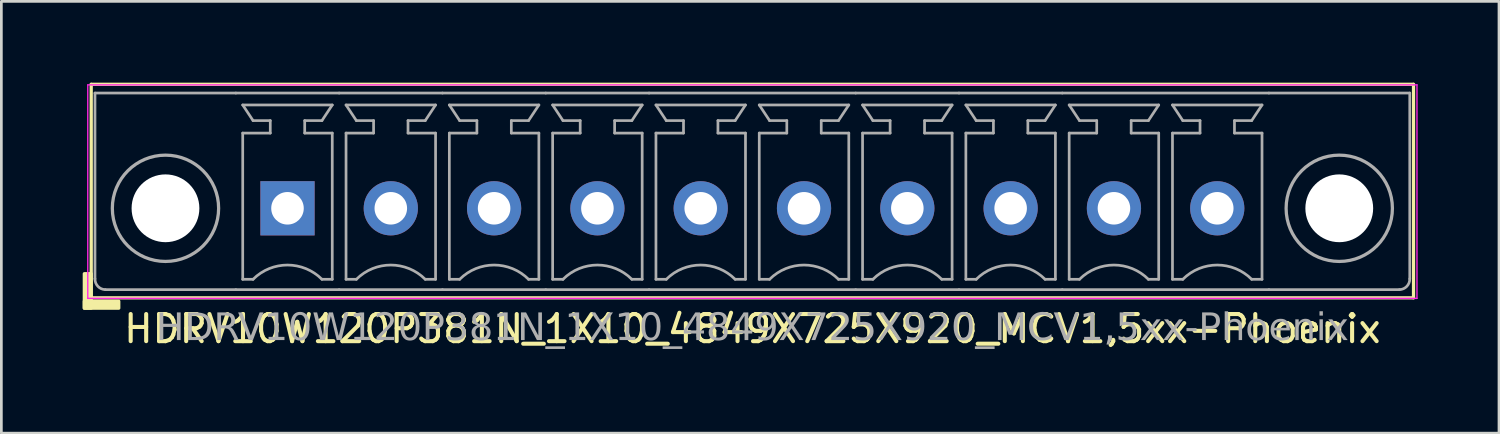
<source format=kicad_pcb>
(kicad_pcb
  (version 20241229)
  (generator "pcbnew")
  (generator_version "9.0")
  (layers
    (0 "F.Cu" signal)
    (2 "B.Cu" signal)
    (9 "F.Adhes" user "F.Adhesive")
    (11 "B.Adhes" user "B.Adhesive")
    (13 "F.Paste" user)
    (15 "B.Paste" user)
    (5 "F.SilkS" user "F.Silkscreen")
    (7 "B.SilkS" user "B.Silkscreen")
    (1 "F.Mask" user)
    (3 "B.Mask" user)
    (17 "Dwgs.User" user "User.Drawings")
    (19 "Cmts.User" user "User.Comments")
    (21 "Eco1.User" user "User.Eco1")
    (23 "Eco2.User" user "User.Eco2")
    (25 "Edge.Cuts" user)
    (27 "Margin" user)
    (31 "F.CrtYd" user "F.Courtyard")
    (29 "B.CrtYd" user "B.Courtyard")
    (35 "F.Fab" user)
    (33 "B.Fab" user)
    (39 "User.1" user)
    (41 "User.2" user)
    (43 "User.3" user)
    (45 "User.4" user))
  (footprint "HDRV10W120P381N_1X10_4849X725X920_MCV1,5xx-Phoenix"
    (layer "F.Cu")
    (at 24.698 4.632)
    (property "Reference" "HDRV10W120P381N_1X10_4849X725X920_MCV1,5xx-Phoenix" (at 0 4.445 0) (layer "F.SilkS") (effects (font (size 1 1) (thickness 0.15))))
    (attr through_hole)
    (fp_line (start -24.384 -4.572) (end -24.384 3.302) (stroke (width 0.12) (type solid)) (layer "F.SilkS"))
    (fp_line (start -24.384 3.302) (end 24.384 3.302) (stroke (width 0.12) (type solid)) (layer "F.SilkS"))
    (fp_line (start 24.384 -4.572) (end -24.384 -4.572) (stroke (width 0.12) (type solid)) (layer "F.SilkS"))
    (fp_line (start 24.384 -4.572) (end 24.384 3.302) (stroke (width 0.12) (type solid)) (layer "F.SilkS"))
    (fp_rect (start -24.384 2.413) (end -24.638 3.683) (stroke (width 0.12) (type solid)) (fill yes) (layer "F.SilkS"))
    (fp_rect (start -23.368 3.683) (end -24.638 3.429) (stroke (width 0.12) (type solid)) (fill yes) (layer "F.SilkS"))
    (fp_line (start -24.511 3.322) (end -24.511 -4.552) (stroke (width 0.05) (type solid)) (layer "F.CrtYd"))
    (fp_line (start 24.511 -4.552) (end -24.511 -4.552) (stroke (width 0.05) (type solid)) (layer "F.CrtYd"))
    (fp_line (start 24.511 3.322) (end -24.511 3.322) (stroke (width 0.05) (type solid)) (layer "F.CrtYd"))
    (fp_line (start 24.511 3.322) (end 24.511 -4.552) (stroke (width 0.05) (type solid)) (layer "F.CrtYd"))
    (fp_line (start -24.245 -4.25) (end -24.245 2.6) (stroke (width 0.1) (type solid)) (layer "F.Fab"))
    (fp_line (start -24.245 -4.25) (end -19.05 -4.25) (stroke (width 0.1) (type solid)) (layer "F.Fab"))
    (fp_line (start -19.05 3) (end -23.864 3) (stroke (width 0.1) (type solid)) (layer "F.Fab"))
    (fp_line (start -18.796 -3.81) (end -15.494 -3.81) (stroke (width 0.1) (type default)) (layer "F.Fab"))
    (fp_line (start -18.796 -2.774) (end -17.78 -2.774) (stroke (width 0.1) (type default)) (layer "F.Fab"))
    (fp_line (start -18.796 2.619) (end -18.796 -2.774) (stroke (width 0.1) (type default)) (layer "F.Fab"))
    (fp_line (start -18.415 -3.234) (end -18.796 -3.81) (stroke (width 0.1) (type default)) (layer "F.Fab"))
    (fp_line (start -18.415 2.619) (end -18.796 2.619) (stroke (width 0.1) (type default)) (layer "F.Fab"))
    (fp_line (start -17.78 -3.234) (end -18.415 -3.234) (stroke (width 0.1) (type default)) (layer "F.Fab"))
    (fp_line (start -17.78 -2.774) (end -17.78 -3.234) (stroke (width 0.1) (type default)) (layer "F.Fab"))
    (fp_line (start -16.51 -3.234) (end -15.875 -3.234) (stroke (width 0.1) (type default)) (layer "F.Fab"))
    (fp_line (start -16.51 -2.774) (end -16.51 -3.234) (stroke (width 0.1) (type default)) (layer "F.Fab"))
    (fp_line (start -15.875 -3.234) (end -15.494 -3.81) (stroke (width 0.1) (type default)) (layer "F.Fab"))
    (fp_line (start -15.875 2.619) (end -15.494 2.619) (stroke (width 0.1) (type default)) (layer "F.Fab"))
    (fp_line (start -15.494 -2.774) (end -16.51 -2.774) (stroke (width 0.1) (type default)) (layer "F.Fab"))
    (fp_line (start -15.494 2.619) (end -15.494 -2.774) (stroke (width 0.1) (type default)) (layer "F.Fab"))
    (fp_line (start -15.24 -4.25) (end -19.05 -4.25) (stroke (width 0.1) (type solid)) (layer "F.Fab"))
    (fp_line (start -15.24 -4.25) (end -11.43 -4.25) (stroke (width 0.1) (type solid)) (layer "F.Fab"))
    (fp_line (start -15.24 3) (end -19.05 3) (stroke (width 0.1) (type solid)) (layer "F.Fab"))
    (fp_line (start -15.24 3) (end -11.43 3) (stroke (width 0.1) (type solid)) (layer "F.Fab"))
    (fp_line (start -14.986 -2.774) (end -13.97 -2.774) (stroke (width 0.1) (type default)) (layer "F.Fab"))
    (fp_line (start -14.986 2.619) (end -14.986 -2.774) (stroke (width 0.1) (type default)) (layer "F.Fab"))
    (fp_line (start -14.605 -3.234) (end -14.986 -3.81) (stroke (width 0.1) (type default)) (layer "F.Fab"))
    (fp_line (start -14.605 2.619) (end -14.986 2.619) (stroke (width 0.1) (type default)) (layer "F.Fab"))
    (fp_line (start -13.97 -3.234) (end -14.605 -3.234) (stroke (width 0.1) (type default)) (layer "F.Fab"))
    (fp_line (start -13.97 -2.774) (end -13.97 -3.234) (stroke (width 0.1) (type default)) (layer "F.Fab"))
    (fp_line (start -12.7 -3.234) (end -12.065 -3.234) (stroke (width 0.1) (type default)) (layer "F.Fab"))
    (fp_line (start -12.7 -2.774) (end -12.7 -3.234) (stroke (width 0.1) (type default)) (layer "F.Fab"))
    (fp_line (start -12.065 -3.234) (end -11.684 -3.81) (stroke (width 0.1) (type default)) (layer "F.Fab"))
    (fp_line (start -12.065 2.619) (end -11.684 2.619) (stroke (width 0.1) (type default)) (layer "F.Fab"))
    (fp_line (start -11.684 -3.81) (end -14.986 -3.81) (stroke (width 0.1) (type default)) (layer "F.Fab"))
    (fp_line (start -11.684 -2.774) (end -12.7 -2.774) (stroke (width 0.1) (type default)) (layer "F.Fab"))
    (fp_line (start -11.684 2.619) (end -11.684 -2.774) (stroke (width 0.1) (type default)) (layer "F.Fab"))
    (fp_line (start -11.43 -4.25) (end -7.62 -4.25) (stroke (width 0.1) (type solid)) (layer "F.Fab"))
    (fp_line (start -11.43 3) (end -7.62 3) (stroke (width 0.1) (type solid)) (layer "F.Fab"))
    (fp_line (start -11.176 -2.774) (end -10.16 -2.774) (stroke (width 0.1) (type default)) (layer "F.Fab"))
    (fp_line (start -11.176 2.619) (end -11.176 -2.774) (stroke (width 0.1) (type default)) (layer "F.Fab"))
    (fp_line (start -10.795 -3.234) (end -11.176 -3.81) (stroke (width 0.1) (type default)) (layer "F.Fab"))
    (fp_line (start -10.795 2.619) (end -11.176 2.619) (stroke (width 0.1) (type default)) (layer "F.Fab"))
    (fp_line (start -10.16 -3.234) (end -10.795 -3.234) (stroke (width 0.1) (type default)) (layer "F.Fab"))
    (fp_line (start -10.16 -2.774) (end -10.16 -3.234) (stroke (width 0.1) (type default)) (layer "F.Fab"))
    (fp_line (start -8.89 -3.234) (end -8.255 -3.234) (stroke (width 0.1) (type default)) (layer "F.Fab"))
    (fp_line (start -8.89 -2.774) (end -8.89 -3.234) (stroke (width 0.1) (type default)) (layer "F.Fab"))
    (fp_line (start -8.255 -3.234) (end -7.874 -3.81) (stroke (width 0.1) (type default)) (layer "F.Fab"))
    (fp_line (start -8.255 2.619) (end -7.874 2.619) (stroke (width 0.1) (type default)) (layer "F.Fab"))
    (fp_line (start -7.874 -3.81) (end -11.176 -3.81) (stroke (width 0.1) (type default)) (layer "F.Fab"))
    (fp_line (start -7.874 -2.774) (end -8.89 -2.774) (stroke (width 0.1) (type default)) (layer "F.Fab"))
    (fp_line (start -7.874 2.619) (end -7.874 -2.774) (stroke (width 0.1) (type default)) (layer "F.Fab"))
    (fp_line (start -7.62 -4.25) (end -3.81 -4.25) (stroke (width 0.1) (type solid)) (layer "F.Fab"))
    (fp_line (start -7.62 3) (end -3.81 3) (stroke (width 0.1) (type solid)) (layer "F.Fab"))
    (fp_line (start -7.366 -2.774) (end -6.35 -2.774) (stroke (width 0.1) (type default)) (layer "F.Fab"))
    (fp_line (start -7.366 2.619) (end -7.366 -2.774) (stroke (width 0.1) (type default)) (layer "F.Fab"))
    (fp_line (start -6.985 -3.234) (end -7.366 -3.81) (stroke (width 0.1) (type default)) (layer "F.Fab"))
    (fp_line (start -6.985 2.619) (end -7.366 2.619) (stroke (width 0.1) (type default)) (layer "F.Fab"))
    (fp_line (start -6.35 -3.234) (end -6.985 -3.234) (stroke (width 0.1) (type default)) (layer "F.Fab"))
    (fp_line (start -6.35 -2.774) (end -6.35 -3.234) (stroke (width 0.1) (type default)) (layer "F.Fab"))
    (fp_line (start -5.08 -3.234) (end -4.445 -3.234) (stroke (width 0.1) (type default)) (layer "F.Fab"))
    (fp_line (start -5.08 -2.774) (end -5.08 -3.234) (stroke (width 0.1) (type default)) (layer "F.Fab"))
    (fp_line (start -4.445 -3.234) (end -4.064 -3.81) (stroke (width 0.1) (type default)) (layer "F.Fab"))
    (fp_line (start -4.445 2.619) (end -4.064 2.619) (stroke (width 0.1) (type default)) (layer "F.Fab"))
    (fp_line (start -4.064 -3.81) (end -7.366 -3.81) (stroke (width 0.1) (type default)) (layer "F.Fab"))
    (fp_line (start -4.064 -2.774) (end -5.08 -2.774) (stroke (width 0.1) (type default)) (layer "F.Fab"))
    (fp_line (start -4.064 2.619) (end -4.064 -2.774) (stroke (width 0.1) (type default)) (layer "F.Fab"))
    (fp_line (start -3.81 -4.25) (end 3.81 -4.25) (stroke (width 0.1) (type solid)) (layer "F.Fab"))
    (fp_line (start -3.81 3) (end 3.81 3) (stroke (width 0.1) (type solid)) (layer "F.Fab"))
    (fp_line (start -3.556 -2.774) (end -2.54 -2.774) (stroke (width 0.1) (type default)) (layer "F.Fab"))
    (fp_line (start -3.556 2.619) (end -3.556 -2.774) (stroke (width 0.1) (type default)) (layer "F.Fab"))
    (fp_line (start -3.175 -3.234) (end -3.556 -3.81) (stroke (width 0.1) (type default)) (layer "F.Fab"))
    (fp_line (start -3.175 2.619) (end -3.556 2.619) (stroke (width 0.1) (type default)) (layer "F.Fab"))
    (fp_line (start -2.54 -3.234) (end -3.175 -3.234) (stroke (width 0.1) (type default)) (layer "F.Fab"))
    (fp_line (start -2.54 -2.774) (end -2.54 -3.234) (stroke (width 0.1) (type default)) (layer "F.Fab"))
    (fp_line (start -1.27 -3.234) (end -0.635 -3.234) (stroke (width 0.1) (type default)) (layer "F.Fab"))
    (fp_line (start -1.27 -2.774) (end -1.27 -3.234) (stroke (width 0.1) (type default)) (layer "F.Fab"))
    (fp_line (start -0.635 -3.234) (end -0.254 -3.81) (stroke (width 0.1) (type default)) (layer "F.Fab"))
    (fp_line (start -0.635 2.619) (end -0.254 2.619) (stroke (width 0.1) (type default)) (layer "F.Fab"))
    (fp_line (start -0.254 -3.81) (end -3.556 -3.81) (stroke (width 0.1) (type default)) (layer "F.Fab"))
    (fp_line (start -0.254 -2.774) (end -1.27 -2.774) (stroke (width 0.1) (type default)) (layer "F.Fab"))
    (fp_line (start -0.254 2.619) (end -0.254 -2.774) (stroke (width 0.1) (type default)) (layer "F.Fab"))
    (fp_line (start 0.254 -2.774) (end 1.27 -2.774) (stroke (width 0.1) (type default)) (layer "F.Fab"))
    (fp_line (start 0.254 2.619) (end 0.254 -2.774) (stroke (width 0.1) (type default)) (layer "F.Fab"))
    (fp_line (start 0.635 -3.234) (end 0.254 -3.81) (stroke (width 0.1) (type default)) (layer "F.Fab"))
    (fp_line (start 0.635 2.619) (end 0.254 2.619) (stroke (width 0.1) (type default)) (layer "F.Fab"))
    (fp_line (start 1.27 -3.234) (end 0.635 -3.234) (stroke (width 0.1) (type default)) (layer "F.Fab"))
    (fp_line (start 1.27 -2.774) (end 1.27 -3.234) (stroke (width 0.1) (type default)) (layer "F.Fab"))
    (fp_line (start 2.54 -3.234) (end 3.175 -3.234) (stroke (width 0.1) (type default)) (layer "F.Fab"))
    (fp_line (start 2.54 -2.774) (end 2.54 -3.234) (stroke (width 0.1) (type default)) (layer "F.Fab"))
    (fp_line (start 3.175 -3.234) (end 3.556 -3.81) (stroke (width 0.1) (type default)) (layer "F.Fab"))
    (fp_line (start 3.175 2.619) (end 3.556 2.619) (stroke (width 0.1) (type default)) (layer "F.Fab"))
    (fp_line (start 3.556 -3.81) (end 0.254 -3.81) (stroke (width 0.1) (type default)) (layer "F.Fab"))
    (fp_line (start 3.556 -2.774) (end 2.54 -2.774) (stroke (width 0.1) (type default)) (layer "F.Fab"))
    (fp_line (start 3.556 2.619) (end 3.556 -2.774) (stroke (width 0.1) (type default)) (layer "F.Fab"))
    (fp_line (start 3.81 -4.25) (end 7.62 -4.25) (stroke (width 0.1) (type solid)) (layer "F.Fab"))
    (fp_line (start 3.81 3) (end 7.62 3) (stroke (width 0.1) (type solid)) (layer "F.Fab"))
    (fp_line (start 4.064 -2.774) (end 5.08 -2.774) (stroke (width 0.1) (type default)) (layer "F.Fab"))
    (fp_line (start 4.064 2.619) (end 4.064 -2.774) (stroke (width 0.1) (type default)) (layer "F.Fab"))
    (fp_line (start 4.445 -3.234) (end 4.064 -3.81) (stroke (width 0.1) (type default)) (layer "F.Fab"))
    (fp_line (start 4.445 2.619) (end 4.064 2.619) (stroke (width 0.1) (type default)) (layer "F.Fab"))
    (fp_line (start 5.08 -3.234) (end 4.445 -3.234) (stroke (width 0.1) (type default)) (layer "F.Fab"))
    (fp_line (start 5.08 -2.774) (end 5.08 -3.234) (stroke (width 0.1) (type default)) (layer "F.Fab"))
    (fp_line (start 6.35 -3.234) (end 6.985 -3.234) (stroke (width 0.1) (type default)) (layer "F.Fab"))
    (fp_line (start 6.35 -2.774) (end 6.35 -3.234) (stroke (width 0.1) (type default)) (layer "F.Fab"))
    (fp_line (start 6.985 -3.234) (end 7.366 -3.81) (stroke (width 0.1) (type default)) (layer "F.Fab"))
    (fp_line (start 6.985 2.619) (end 7.366 2.619) (stroke (width 0.1) (type default)) (layer "F.Fab"))
    (fp_line (start 7.366 -3.81) (end 4.064 -3.81) (stroke (width 0.1) (type default)) (layer "F.Fab"))
    (fp_line (start 7.366 -2.774) (end 6.35 -2.774) (stroke (width 0.1) (type default)) (layer "F.Fab"))
    (fp_line (start 7.366 2.619) (end 7.366 -2.774) (stroke (width 0.1) (type default)) (layer "F.Fab"))
    (fp_line (start 7.62 -4.25) (end 11.43 -4.25) (stroke (width 0.1) (type solid)) (layer "F.Fab"))
    (fp_line (start 7.62 3) (end 11.43 3) (stroke (width 0.1) (type solid)) (layer "F.Fab"))
    (fp_line (start 7.874 -2.774) (end 8.89 -2.774) (stroke (width 0.1) (type default)) (layer "F.Fab"))
    (fp_line (start 7.874 2.619) (end 7.874 -2.774) (stroke (width 0.1) (type default)) (layer "F.Fab"))
    (fp_line (start 8.255 -3.234) (end 7.874 -3.81) (stroke (width 0.1) (type default)) (layer "F.Fab"))
    (fp_line (start 8.255 2.619) (end 7.874 2.619) (stroke (width 0.1) (type default)) (layer "F.Fab"))
    (fp_line (start 8.89 -3.234) (end 8.255 -3.234) (stroke (width 0.1) (type default)) (layer "F.Fab"))
    (fp_line (start 8.89 -2.774) (end 8.89 -3.234) (stroke (width 0.1) (type default)) (layer "F.Fab"))
    (fp_line (start 10.16 -3.234) (end 10.795 -3.234) (stroke (width 0.1) (type default)) (layer "F.Fab"))
    (fp_line (start 10.16 -2.774) (end 10.16 -3.234) (stroke (width 0.1) (type default)) (layer "F.Fab"))
    (fp_line (start 10.795 -3.234) (end 11.176 -3.81) (stroke (width 0.1) (type default)) (layer "F.Fab"))
    (fp_line (start 10.795 2.619) (end 11.176 2.619) (stroke (width 0.1) (type default)) (layer "F.Fab"))
    (fp_line (start 11.176 -3.81) (end 7.874 -3.81) (stroke (width 0.1) (type default)) (layer "F.Fab"))
    (fp_line (start 11.176 -2.774) (end 10.16 -2.774) (stroke (width 0.1) (type default)) (layer "F.Fab"))
    (fp_line (start 11.176 2.619) (end 11.176 -2.774) (stroke (width 0.1) (type default)) (layer "F.Fab"))
    (fp_line (start 11.43 -4.25) (end 19.05 -4.25) (stroke (width 0.1) (type solid)) (layer "F.Fab"))
    (fp_line (start 11.43 3) (end 19.05 3) (stroke (width 0.1) (type solid)) (layer "F.Fab"))
    (fp_line (start 11.684 -2.774) (end 12.7 -2.774) (stroke (width 0.1) (type default)) (layer "F.Fab"))
    (fp_line (start 11.684 2.619) (end 11.684 -2.774) (stroke (width 0.1) (type default)) (layer "F.Fab"))
    (fp_line (start 12.065 -3.234) (end 11.684 -3.81) (stroke (width 0.1) (type default)) (layer "F.Fab"))
    (fp_line (start 12.065 2.619) (end 11.684 2.619) (stroke (width 0.1) (type default)) (layer "F.Fab"))
    (fp_line (start 12.7 -3.234) (end 12.065 -3.234) (stroke (width 0.1) (type default)) (layer "F.Fab"))
    (fp_line (start 12.7 -2.774) (end 12.7 -3.234) (stroke (width 0.1) (type default)) (layer "F.Fab"))
    (fp_line (start 13.97 -3.234) (end 14.605 -3.234) (stroke (width 0.1) (type default)) (layer "F.Fab"))
    (fp_line (start 13.97 -2.774) (end 13.97 -3.234) (stroke (width 0.1) (type default)) (layer "F.Fab"))
    (fp_line (start 14.605 -3.234) (end 14.986 -3.81) (stroke (width 0.1) (type default)) (layer "F.Fab"))
    (fp_line (start 14.605 2.619) (end 14.986 2.619) (stroke (width 0.1) (type default)) (layer "F.Fab"))
    (fp_line (start 14.986 -3.81) (end 11.684 -3.81) (stroke (width 0.1) (type default)) (layer "F.Fab"))
    (fp_line (start 14.986 -2.774) (end 13.97 -2.774) (stroke (width 0.1) (type default)) (layer "F.Fab"))
    (fp_line (start 14.986 2.619) (end 14.986 -2.774) (stroke (width 0.1) (type default)) (layer "F.Fab"))
    (fp_line (start 15.494 -2.774) (end 16.51 -2.774) (stroke (width 0.1) (type default)) (layer "F.Fab"))
    (fp_line (start 15.494 2.619) (end 15.494 -2.774) (stroke (width 0.1) (type default)) (layer "F.Fab"))
    (fp_line (start 15.875 -3.234) (end 15.494 -3.81) (stroke (width 0.1) (type default)) (layer "F.Fab"))
    (fp_line (start 15.875 2.619) (end 15.494 2.619) (stroke (width 0.1) (type default)) (layer "F.Fab"))
    (fp_line (start 16.51 -3.234) (end 15.875 -3.234) (stroke (width 0.1) (type default)) (layer "F.Fab"))
    (fp_line (start 16.51 -2.774) (end 16.51 -3.234) (stroke (width 0.1) (type default)) (layer "F.Fab"))
    (fp_line (start 17.78 -3.234) (end 18.415 -3.234) (stroke (width 0.1) (type default)) (layer "F.Fab"))
    (fp_line (start 17.78 -2.774) (end 17.78 -3.234) (stroke (width 0.1) (type default)) (layer "F.Fab"))
    (fp_line (start 18.415 -3.234) (end 18.796 -3.81) (stroke (width 0.1) (type default)) (layer "F.Fab"))
    (fp_line (start 18.415 2.619) (end 18.796 2.619) (stroke (width 0.1) (type default)) (layer "F.Fab"))
    (fp_line (start 18.796 -3.81) (end 15.494 -3.81) (stroke (width 0.1) (type default)) (layer "F.Fab"))
    (fp_line (start 18.796 -2.774) (end 17.78 -2.774) (stroke (width 0.1) (type default)) (layer "F.Fab"))
    (fp_line (start 18.796 2.619) (end 18.796 -2.774) (stroke (width 0.1) (type default)) (layer "F.Fab"))
    (fp_line (start 19.05 3) (end 23.864 3) (stroke (width 0.1) (type solid)) (layer "F.Fab"))
    (fp_line (start 24.245 -4.25) (end 19.05 -4.25) (stroke (width 0.1) (type solid)) (layer "F.Fab"))
    (fp_line (start 24.245 -4.25) (end 24.245 2.6) (stroke (width 0.1) (type solid)) (layer "F.Fab"))
    (fp_rect (start -17.399 -0.254) (end -16.891 0.254) (stroke (width 0.1) (type solid)) (fill no) (layer "F.Fab"))
    (fp_rect (start -13.081 -0.254) (end -13.589 0.254) (stroke (width 0.1) (type solid)) (fill no) (layer "F.Fab"))
    (fp_rect (start -9.271 -0.254) (end -9.779 0.254) (stroke (width 0.1) (type solid)) (fill no) (layer "F.Fab"))
    (fp_rect (start -5.461 -0.254) (end -5.969 0.254) (stroke (width 0.1) (type solid)) (fill no) (layer "F.Fab"))
    (fp_rect (start -1.651 -0.254) (end -2.159 0.254) (stroke (width 0.1) (type solid)) (fill no) (layer "F.Fab"))
    (fp_rect (start 2.159 -0.254) (end 1.651 0.254) (stroke (width 0.1) (type solid)) (fill no) (layer "F.Fab"))
    (fp_rect (start 5.969 -0.254) (end 5.461 0.254) (stroke (width 0.1) (type solid)) (fill no) (layer "F.Fab"))
    (fp_rect (start 9.779 -0.254) (end 9.271 0.254) (stroke (width 0.1) (type solid)) (fill no) (layer "F.Fab"))
    (fp_rect (start 13.589 -0.254) (end 13.081 0.254) (stroke (width 0.1) (type solid)) (fill no) (layer "F.Fab"))
    (fp_rect (start 17.399 -0.254) (end 16.891 0.254) (stroke (width 0.1) (type solid)) (fill no) (layer "F.Fab"))
    (fp_arc (start -23.864 3) (mid -24.137342 2.878907) (end -24.245 2.6) (stroke (width 0.1) (type solid)) (layer "F.Fab"))
    (fp_arc (start -18.415 2.619) (mid -17.145 2.092948) (end -15.875 2.619) (stroke (width 0.1) (type default)) (layer "F.Fab"))
    (fp_arc (start -14.605 2.619) (mid -13.335 2.092948) (end -12.065 2.619) (stroke (width 0.1) (type default)) (layer "F.Fab"))
    (fp_arc (start -10.795 2.619) (mid -9.525 2.092948) (end -8.255 2.619) (stroke (width 0.1) (type default)) (layer "F.Fab"))
    (fp_arc (start -6.985 2.619) (mid -5.715 2.092948) (end -4.445 2.619) (stroke (width 0.1) (type default)) (layer "F.Fab"))
    (fp_arc (start -3.175 2.619) (mid -1.905 2.092948) (end -0.635 2.619) (stroke (width 0.1) (type default)) (layer "F.Fab"))
    (fp_arc (start 0.635 2.619) (mid 1.905 2.092948) (end 3.175 2.619) (stroke (width 0.1) (type default)) (layer "F.Fab"))
    (fp_arc (start 4.445 2.619) (mid 5.715 2.092948) (end 6.985 2.619) (stroke (width 0.1) (type default)) (layer "F.Fab"))
    (fp_arc (start 8.255 2.619) (mid 9.525 2.092948) (end 10.795 2.619) (stroke (width 0.1) (type default)) (layer "F.Fab"))
    (fp_arc (start 12.065 2.619) (mid 13.335 2.092948) (end 14.605 2.619) (stroke (width 0.1) (type default)) (layer "F.Fab"))
    (fp_arc (start 15.875 2.619) (mid 17.145 2.092948) (end 18.415 2.619) (stroke (width 0.1) (type default)) (layer "F.Fab"))
    (fp_arc (start 24.245 2.6) (mid 24.137343 2.878908) (end 23.864 3) (stroke (width 0.1) (type solid)) (layer "F.Fab"))
    (fp_circle (center -21.645 0) (end -19.685 0) (stroke (width 0.12) (type default)) (fill no) (layer "F.Fab"))
    (fp_circle (center 21.645 0) (end 19.685 0) (stroke (width 0.12) (type default)) (fill no) (layer "F.Fab"))
    (fp_text user "${REFERENCE}" (at 0 4.445 0) (layer "F.Fab") (effects (font (face "Tahoma") (size 1 1) (thickness 0.15))))
    (pad "" np_thru_hole circle (at -21.645 0) (size 2.5 2.5) (drill 2.5) (layers "*.Cu" "*.Mask"))
    (pad "" np_thru_hole circle (at 21.645 0) (size 2.5 2.5) (drill 2.5) (layers "*.Cu" "*.Mask"))
    (pad "1" thru_hole rect (at -17.145 0) (size 2 2) (drill 1.2) (layers "*.Cu" "*.Mask"))
    (pad "2" thru_hole circle (at -13.335 0) (size 2 2) (drill 1.2) (layers "*.Cu" "*.Mask"))
    (pad "3" thru_hole circle (at -9.525 0) (size 2 2) (drill 1.2) (layers "*.Cu" "*.Mask"))
    (pad "4" thru_hole circle (at -5.715 0) (size 2 2) (drill 1.2) (layers "*.Cu" "*.Mask"))
    (pad "5" thru_hole circle (at -1.905 0) (size 2 2) (drill 1.2) (layers "*.Cu" "*.Mask"))
    (pad "6" thru_hole circle (at 1.905 0) (size 2 2) (drill 1.2) (layers "*.Cu" "*.Mask"))
    (pad "7" thru_hole circle (at 5.715 0) (size 2 2) (drill 1.2) (layers "*.Cu" "*.Mask"))
    (pad "8" thru_hole circle (at 9.525 0) (size 2 2) (drill 1.2) (layers "*.Cu" "*.Mask"))
    (pad "9" thru_hole circle (at 13.335 0) (size 2 2) (drill 1.2) (layers "*.Cu" "*.Mask"))
    (pad "10" thru_hole circle (at 17.145 0) (size 2 2) (drill 1.2) (layers "*.Cu" "*.Mask")))
  (gr_rect
    (start -3 -3)
    (end 52.234 12.925)
    (stroke (width 0.1) (type default))
    (fill no)
    (layer "Edge.Cuts")))
</source>
